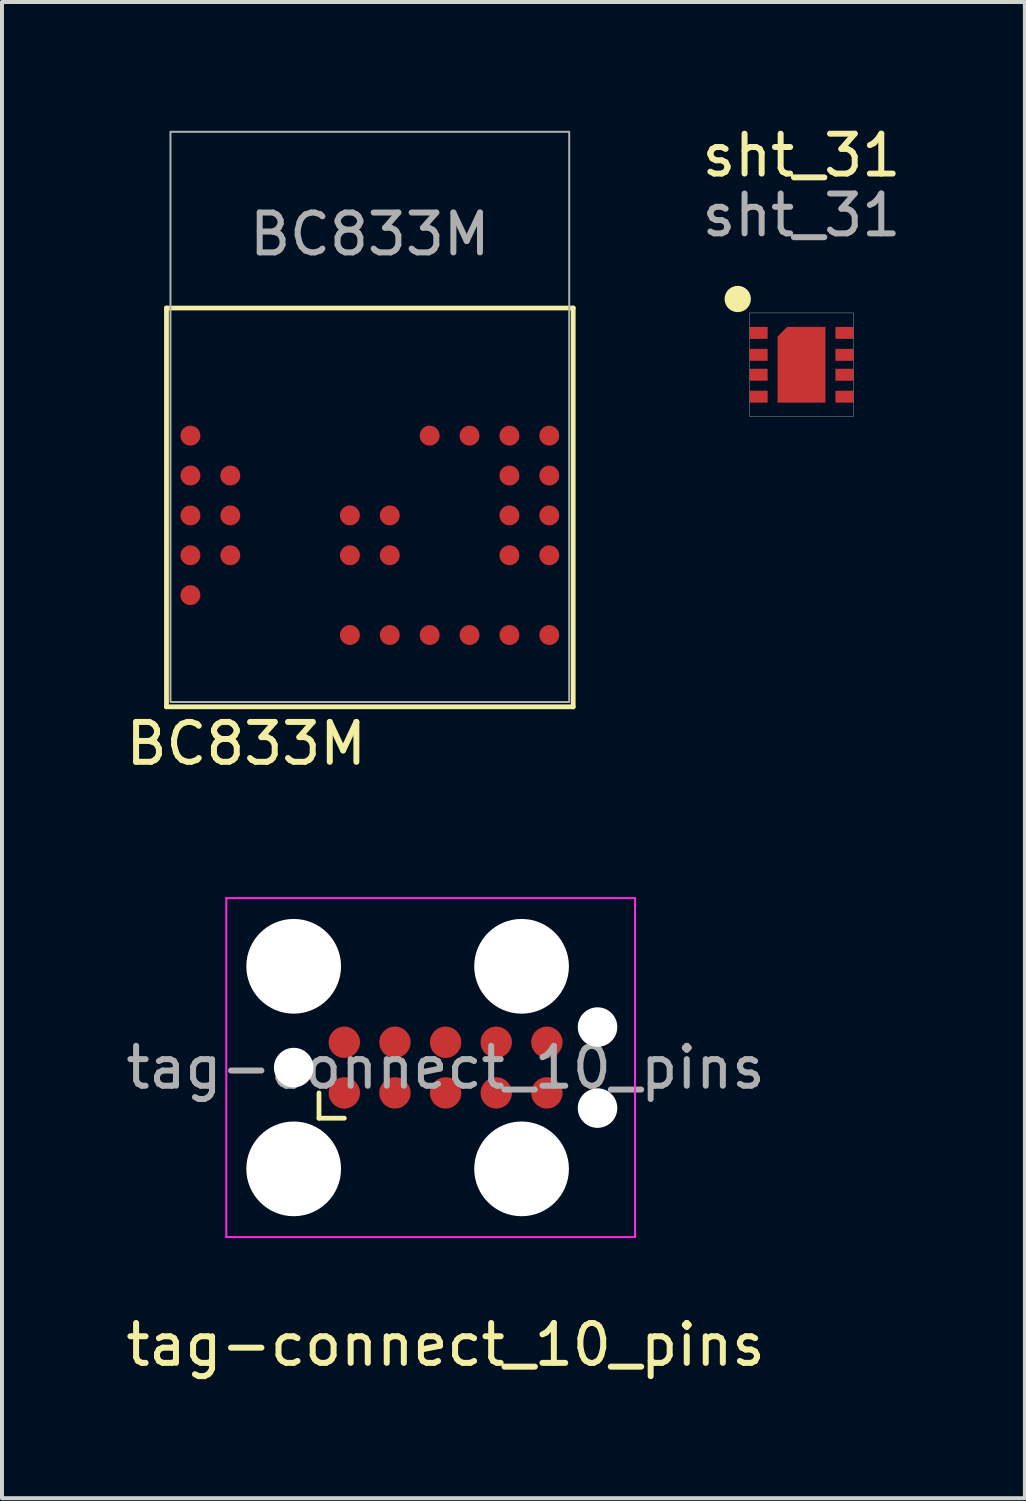
<source format=kicad_pcb>
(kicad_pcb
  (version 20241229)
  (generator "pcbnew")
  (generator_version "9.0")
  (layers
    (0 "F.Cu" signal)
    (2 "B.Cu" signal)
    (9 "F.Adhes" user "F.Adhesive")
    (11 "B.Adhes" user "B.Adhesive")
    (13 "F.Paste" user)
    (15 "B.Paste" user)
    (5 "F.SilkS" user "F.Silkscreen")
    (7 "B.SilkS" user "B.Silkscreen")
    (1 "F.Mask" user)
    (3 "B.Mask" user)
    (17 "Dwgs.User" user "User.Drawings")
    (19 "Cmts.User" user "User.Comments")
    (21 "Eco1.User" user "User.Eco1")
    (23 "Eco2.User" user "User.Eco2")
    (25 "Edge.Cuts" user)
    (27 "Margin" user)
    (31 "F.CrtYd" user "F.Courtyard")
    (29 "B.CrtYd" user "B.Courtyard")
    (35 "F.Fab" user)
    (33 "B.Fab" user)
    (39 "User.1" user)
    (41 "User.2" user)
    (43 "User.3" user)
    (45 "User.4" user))
  (footprint "sht_31"
    (layer "F.Cu")
    (at 17.051 6.098)
    (property "Reference" "sht_31" (at 0 -5.25 0) (unlocked yes) (layer "F.SilkS") (effects (font (size 1 1) (thickness 0.15))))
    (attr smd)
    (fp_circle (center -1.6 -1.65) (end -1.37 -1.65) (stroke (width 0.2) (type solid)) (fill yes) (layer "F.SilkS"))
    (fp_rect (start -1.3 -1.3) (end 1.3 1.3) (stroke (width 0.01) (type solid)) (fill no) (layer "F.Fab"))
    (fp_text user "${REFERENCE}" (at 0 -3.75 0) (unlocked yes) (layer "F.Fab") (effects (font (size 1 1) (thickness 0.15))))
    (pad "1" smd rect (at -1.075 -0.8) (size 0.45 0.3) (layers "F.Cu" "F.Mask" "F.Paste"))
    (pad "2" smd rect (at -1.075 -0.25) (size 0.45 0.3) (layers "F.Cu" "F.Mask" "F.Paste"))
    (pad "3" smd rect (at -1.075 0.25) (size 0.45 0.3) (layers "F.Cu" "F.Mask" "F.Paste"))
    (pad "4" smd rect (at -1.075 0.8) (size 0.45 0.3) (layers "F.Cu" "F.Mask" "F.Paste"))
    (pad "5" smd rect (at 1.075 0.8) (size 0.45 0.3) (layers "F.Cu" "F.Mask" "F.Paste"))
    (pad "6" smd rect (at 1.075 0.25) (size 0.45 0.3) (layers "F.Cu" "F.Mask" "F.Paste"))
    (pad "7" smd rect (at 1.075 -0.25) (size 0.45 0.3) (layers "F.Cu" "F.Mask" "F.Paste"))
    (pad "8" smd rect (at 1.075 -0.8) (size 0.45 0.3) (layers "F.Cu" "F.Mask" "F.Paste"))
    (pad "9" smd roundrect (at 0 0) (size 1.2 1.9) (layers "F.Cu" "F.Mask" "F.Paste") (roundrect_rratio 0) (chamfer_ratio 0.2) (chamfer top_left)))
  (footprint "BC833M"
    (layer "F.Cu")
    (at 6.225 12.675)
    (property "Reference" "BC833M" (at -3.1 2.925 0) (unlocked yes) (layer "F.SilkS") (effects (font (size 1 1) (thickness 0.15))))
    (attr smd)
    (fp_line (start -5.1 -8) (end 5.1 -8) (stroke (width 0.12) (type solid)) (layer "F.SilkS"))
    (fp_line (start -5.1 2) (end -5.1 -8) (stroke (width 0.12) (type solid)) (layer "F.SilkS"))
    (fp_line (start -5.1 2) (end 5.1 2) (stroke (width 0.12) (type solid)) (layer "F.SilkS"))
    (fp_line (start 5.1 2) (end 5.1 -8) (stroke (width 0.12) (type solid)) (layer "F.SilkS"))
    (fp_rect (start -5.2 -12.65) (end 5.2 2.1) (stroke (width 0.05) (type solid)) (fill no) (layer "Margin"))
    (fp_rect (start -5 -12.42) (end 5 1.88) (stroke (width 0.05) (type solid)) (fill no) (layer "F.Fab"))
    (fp_text user "${REFERENCE}" (at 0 -9.85 0) (unlocked yes) (layer "F.Fab") (effects (font (size 1 1) (thickness 0.15))))
    (pad "1" smd circle (at -4.5 -4.8) (size 0.5 0.5) (layers "F.Cu" "F.Mask" "F.Paste"))
    (pad "2" smd circle (at -4.5 -3.8) (size 0.5 0.5) (layers "F.Cu" "F.Mask" "F.Paste"))
    (pad "3" smd circle (at -4.5 -2.8) (size 0.5 0.5) (layers "F.Cu" "F.Mask" "F.Paste"))
    (pad "4" smd circle (at -4.5 -1.8) (size 0.5 0.5) (layers "F.Cu" "F.Mask" "F.Paste"))
    (pad "5" smd circle (at -4.5 -0.8) (size 0.5 0.5) (layers "F.Cu" "F.Mask" "F.Paste"))
    (pad "6" smd circle (at -3.5 -3.8) (size 0.5 0.5) (layers "F.Cu" "F.Mask" "F.Paste"))
    (pad "7" smd circle (at -3.5 -2.8) (size 0.5 0.5) (layers "F.Cu" "F.Mask" "F.Paste"))
    (pad "8" smd circle (at -3.5 -1.8) (size 0.5 0.5) (layers "F.Cu" "F.Mask" "F.Paste"))
    (pad "9" smd circle (at -0.5 0.2) (size 0.5 0.5) (layers "F.Cu" "F.Mask" "F.Paste"))
    (pad "10" smd circle (at 0.5 0.2) (size 0.5 0.5) (layers "F.Cu" "F.Mask" "F.Paste"))
    (pad "11" smd circle (at 1.5 0.2) (size 0.5 0.5) (layers "F.Cu" "F.Mask" "F.Paste"))
    (pad "12" smd circle (at 2.5 0.2) (size 0.5 0.5) (layers "F.Cu" "F.Mask" "F.Paste"))
    (pad "13" smd circle (at 3.5 0.2) (size 0.5 0.5) (layers "F.Cu" "F.Mask" "F.Paste"))
    (pad "14" smd circle (at 4.5 0.2) (size 0.5 0.5) (layers "F.Cu" "F.Mask" "F.Paste"))
    (pad "15" smd circle (at 4.5 -1.8) (size 0.5 0.5) (layers "F.Cu" "F.Mask" "F.Paste"))
    (pad "16" smd circle (at 4.5 -2.8) (size 0.5 0.5) (layers "F.Cu" "F.Mask" "F.Paste"))
    (pad "17" smd circle (at 4.5 -3.8) (size 0.5 0.5) (layers "F.Cu" "F.Mask" "F.Paste"))
    (pad "18" smd circle (at 4.5 -4.8) (size 0.5 0.5) (layers "F.Cu" "F.Mask" "F.Paste"))
    (pad "19" smd circle (at 3.5 -1.8) (size 0.5 0.5) (layers "F.Cu" "F.Mask" "F.Paste"))
    (pad "20" smd circle (at 3.5 -2.8) (size 0.5 0.5) (layers "F.Cu" "F.Mask" "F.Paste"))
    (pad "21" smd circle (at 3.5 -3.8) (size 0.5 0.5) (layers "F.Cu" "F.Mask" "F.Paste"))
    (pad "22" smd circle (at 3.5 -4.8) (size 0.5 0.5) (layers "F.Cu" "F.Mask" "F.Paste"))
    (pad "23" smd circle (at 2.5 -4.8) (size 0.5 0.5) (layers "F.Cu" "F.Mask" "F.Paste"))
    (pad "24" smd circle (at 1.5 -4.8) (size 0.5 0.5) (layers "F.Cu" "F.Mask" "F.Paste"))
    (pad "25" smd circle (at 0.5 -2.8) (size 0.5 0.5) (layers "F.Cu" "F.Mask" "F.Paste"))
    (pad "26" smd circle (at 0.5 -1.8) (size 0.5 0.5) (layers "F.Cu" "F.Mask" "F.Paste"))
    (pad "27" smd circle (at -0.5 -2.8) (size 0.5 0.5) (layers "F.Cu" "F.Mask" "F.Paste"))
    (pad "28" smd circle (at -0.5 -1.8) (size 0.5 0.5) (layers "F.Cu" "F.Mask" "F.Paste")))
  (footprint "tag-connect_10_pins"
    (layer "F.Cu")
    (at 8.125 23.723)
    (property "Reference" "tag-connect_10_pins" (at 0 6.95 0) (layer "F.SilkS") (effects (font (size 1 1) (thickness 0.15))))
    (attr exclude_from_pos_files exclude_from_bom)
    (fp_line (start -3.175 1.27) (end -3.175 0.635) (stroke (width 0.12) (type solid)) (layer "F.SilkS"))
    (fp_line (start -2.54 1.27) (end -3.175 1.27) (stroke (width 0.12) (type solid)) (layer "F.SilkS"))
    (fp_line (start -5.5 -4.25) (end 4.75 -4.25) (stroke (width 0.05) (type solid)) (layer "F.CrtYd"))
    (fp_line (start -5.5 4.25) (end -5.5 -4.25) (stroke (width 0.05) (type solid)) (layer "F.CrtYd"))
    (fp_line (start 4.75 -4.25) (end 4.75 4.25) (stroke (width 0.05) (type solid)) (layer "F.CrtYd"))
    (fp_line (start 4.75 4.25) (end -5.5 4.25) (stroke (width 0.05) (type solid)) (layer "F.CrtYd"))
    (fp_text user "${REFERENCE}" (at 0 0 0) (layer "F.Fab") (effects (font (size 1 1) (thickness 0.15))))
    (pad "" np_thru_hole circle (at -3.81 -2.54) (size 2.375 2.375) (drill 2.375) (layers "*.Cu" "*.Mask"))
    (pad "" np_thru_hole circle (at -3.81 0) (size 0.991 0.991) (drill 0.991) (layers "*.Cu" "*.Mask"))
    (pad "" np_thru_hole circle (at -3.81 2.54) (size 2.375 2.375) (drill 2.375) (layers "*.Cu" "*.Mask"))
    (pad "" np_thru_hole circle (at 1.905 -2.54) (size 2.375 2.375) (drill 2.375) (layers "*.Cu" "*.Mask"))
    (pad "" np_thru_hole circle (at 1.905 2.54) (size 2.375 2.375) (drill 2.375) (layers "*.Cu" "*.Mask"))
    (pad "" np_thru_hole circle (at 3.81 -1.016) (size 0.991 0.991) (drill 0.991) (layers "*.Cu" "*.Mask"))
    (pad "" np_thru_hole circle (at 3.81 1.016) (size 0.991 0.991) (drill 0.991) (layers "*.Cu" "*.Mask"))
    (pad "1" connect circle (at -2.54 0.635) (size 0.787 0.787) (layers "F.Cu" "F.Mask"))
    (pad "2" connect circle (at -1.27 0.635) (size 0.787 0.787) (layers "F.Cu" "F.Mask"))
    (pad "3" connect circle (at 0 0.635) (size 0.787 0.787) (layers "F.Cu" "F.Mask"))
    (pad "4" connect circle (at 1.27 0.635) (size 0.787 0.787) (layers "F.Cu" "F.Mask"))
    (pad "5" connect circle (at 2.54 0.635) (size 0.787 0.787) (layers "F.Cu" "F.Mask"))
    (pad "6" connect circle (at 2.54 -0.635) (size 0.787 0.787) (layers "F.Cu" "F.Mask"))
    (pad "7" connect circle (at 1.27 -0.635) (size 0.787 0.787) (layers "F.Cu" "F.Mask"))
    (pad "8" connect circle (at 0 -0.635) (size 0.787 0.787) (layers "F.Cu" "F.Mask"))
    (pad "9" connect circle (at -1.27 -0.635) (size 0.787 0.787) (layers "F.Cu" "F.Mask"))
    (pad "10" connect circle (at -2.54 -0.635) (size 0.787 0.787) (layers "F.Cu" "F.Mask")))
  (gr_rect
    (start -3 -3)
    (end 22.652 34.522)
    (stroke (width 0.1) (type default))
    (fill no)
    (layer "Edge.Cuts")))
</source>
